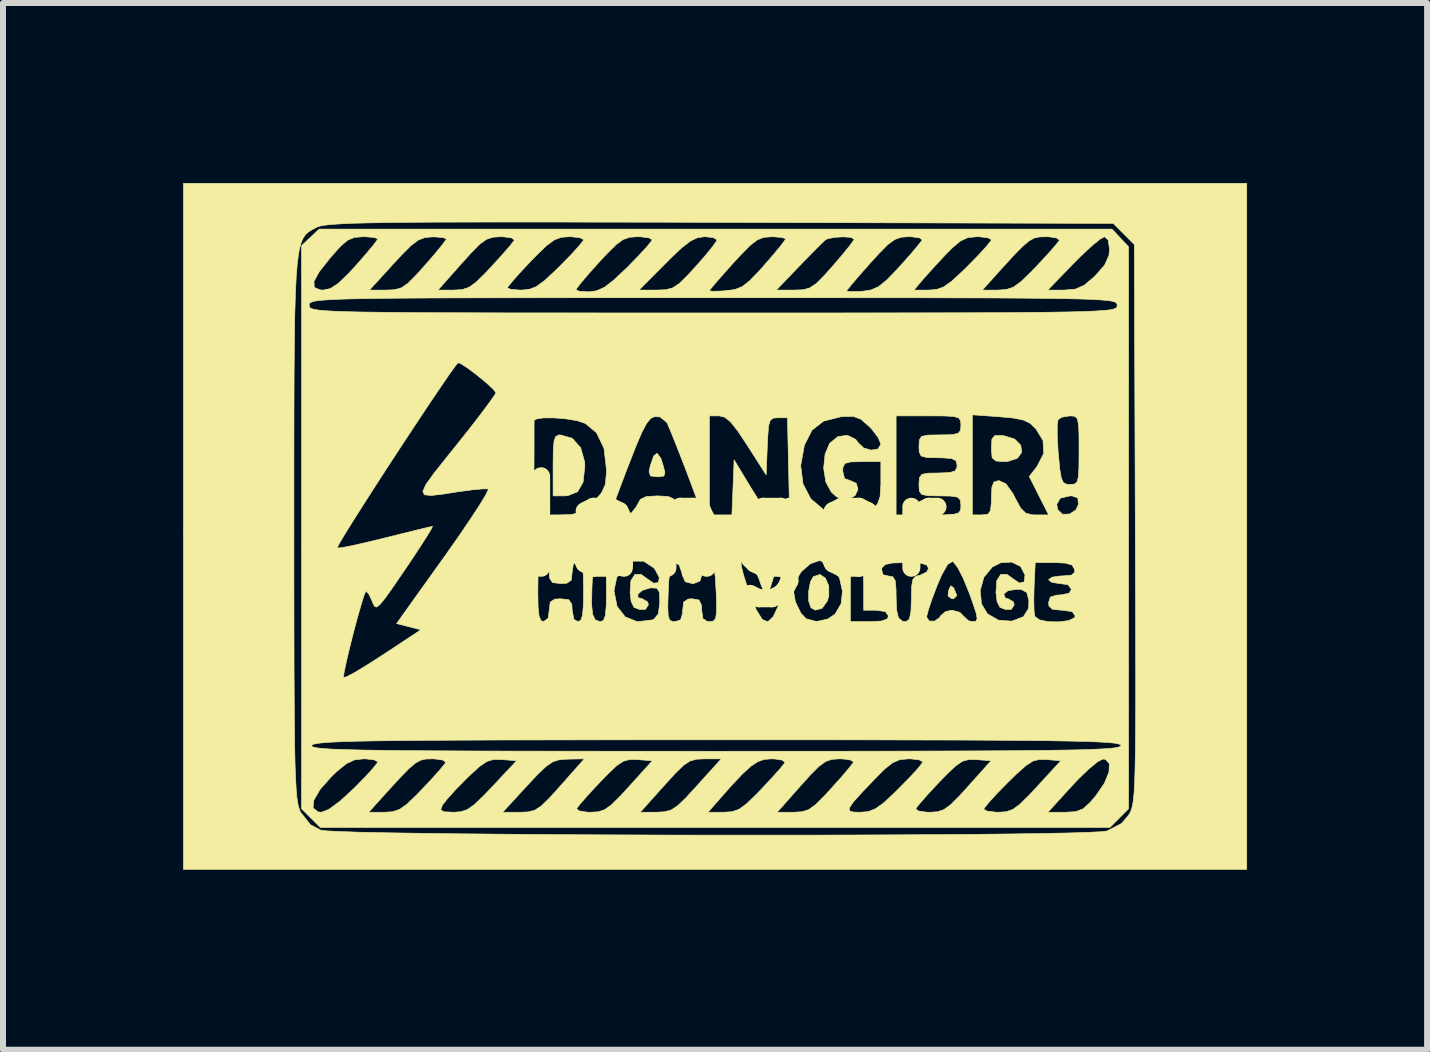
<source format=kicad_pcb>
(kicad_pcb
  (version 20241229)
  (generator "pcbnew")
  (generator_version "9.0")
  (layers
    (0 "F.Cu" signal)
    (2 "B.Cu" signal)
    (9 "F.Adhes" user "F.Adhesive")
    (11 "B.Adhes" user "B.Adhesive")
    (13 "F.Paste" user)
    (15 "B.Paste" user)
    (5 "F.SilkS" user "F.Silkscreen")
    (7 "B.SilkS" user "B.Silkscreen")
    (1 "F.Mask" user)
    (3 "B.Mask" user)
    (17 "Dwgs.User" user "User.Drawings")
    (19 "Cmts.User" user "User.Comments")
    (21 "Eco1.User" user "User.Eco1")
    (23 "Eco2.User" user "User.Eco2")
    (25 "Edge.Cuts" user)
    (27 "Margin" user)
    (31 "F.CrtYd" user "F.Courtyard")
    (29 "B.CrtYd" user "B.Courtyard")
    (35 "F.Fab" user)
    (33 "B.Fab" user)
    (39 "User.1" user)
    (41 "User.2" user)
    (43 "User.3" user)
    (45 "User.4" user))
  (footprint "danger"
    (layer "F.Cu")
    (at 8.832 5.72)
    (property "Reference" "danger" (at 0 0 0) (layer "F.SilkS") (effects (font (size 1.524 1.524) (thickness 0.3))))
    (attr through_hole)
    (fp_poly (pts (xy 4.005 1.022) (xy 4.008 1.027) (xy 4.06 1.151) (xy 4.009 1.204) (xy 3.975 1.206) (xy 3.913 1.16) (xy 3.92 1.074) (xy 3.958 0.989) (xy 4.005 1.022)) (stroke (width 0.01) (type solid)) (fill yes) (layer "F.SilkS"))
    (fp_poly (pts (xy -0.874 -1.138) (xy -0.843 -1.049) (xy -0.804 -0.902) (xy -0.82 -0.84) (xy -0.906 -0.826) (xy -0.934 -0.826) (xy -1.044 -0.84) (xy -1.068 -0.911) (xy -1.05 -1) (xy -0.992 -1.173) (xy -0.934 -1.218) (xy -0.874 -1.138)) (stroke (width 0.01) (type solid)) (fill yes) (layer "F.SilkS"))
    (fp_poly (pts (xy 1.87 0.863) (xy 1.926 0.991) (xy 1.927 1.157) (xy 1.905 1.239) (xy 1.815 1.366) (xy 1.701 1.395) (xy 1.63 1.355) (xy 1.592 1.248) (xy 1.591 1.083) (xy 1.621 0.923) (xy 1.669 0.837) (xy 1.779 0.801) (xy 1.87 0.863)) (stroke (width 0.01) (type solid)) (fill yes) (layer "F.SilkS"))
    (fp_poly (pts (xy 4.835 -1.512) (xy 5.023 -1.455) (xy 5.125 -1.352) (xy 5.141 -1.234) (xy 5.068 -1.134) (xy 4.905 -1.081) (xy 4.86 -1.079) (xy 4.71 -1.089) (xy 4.648 -1.143) (xy 4.636 -1.28) (xy 4.636 -1.306) (xy 4.644 -1.455) (xy 4.692 -1.513) (xy 4.814 -1.514) (xy 4.835 -1.512)) (stroke (width 0.01) (type solid)) (fill yes) (layer "F.SilkS"))
    (fp_poly (pts (xy -2.348 -1.468) (xy -2.208 -1.311) (xy -2.141 -1.074) (xy -2.138 -0.998) (xy -2.167 -0.736) (xy -2.258 -0.578) (xy -2.42 -0.512) (xy -2.484 -0.508) (xy -2.667 -0.508) (xy -2.667 -1.016) (xy -2.664 -1.27) (xy -2.651 -1.422) (xy -2.623 -1.498) (xy -2.572 -1.523) (xy -2.547 -1.524) (xy -2.348 -1.468)) (stroke (width 0.01) (type solid)) (fill yes) (layer "F.SilkS"))
    (fp_poly (pts (xy 8.89 5.715) (xy -8.826 5.715) (xy -8.826 -0.339) (xy -6.985 -0.339) (xy -6.985 0.046) (xy -6.985 0.914) (xy -6.984 1.665) (xy -6.983 2.307) (xy -6.98 2.849) (xy -6.977 3.301) (xy -6.972 3.671) (xy -6.966 3.968) (xy -6.957 4.203) (xy -6.947 4.383) (xy -6.935 4.518) (xy -6.92 4.617) (xy -6.903 4.69) (xy -6.882 4.744) (xy -6.874 4.763) (xy -6.71 4.97) (xy -6.54 5.061) (xy -6.442 5.073) (xy -6.226 5.084) (xy -5.905 5.095) (xy -5.488 5.104) (xy -4.987 5.112) (xy -4.412 5.12) (xy -3.773 5.126) (xy -3.081 5.132) (xy -2.347 5.137) (xy -1.581 5.14) (xy -0.793 5.143) (xy 0.005 5.144) (xy 0.803 5.144) (xy 1.59 5.144) (xy 2.357 5.142) (xy 3.091 5.139) (xy 3.784 5.135) (xy 4.424 5.13) (xy 5 5.124) (xy 5.503 5.116) (xy 5.921 5.108) (xy 6.244 5.098) (xy 6.461 5.087) (xy 6.56 5.076) (xy 6.805 4.949) (xy 6.925 4.806) (xy 6.949 4.765) (xy 6.969 4.716) (xy 6.986 4.651) (xy 7.001 4.56) (xy 7.013 4.436) (xy 7.022 4.269) (xy 7.029 4.05) (xy 7.034 3.769) (xy 7.038 3.419) (xy 7.04 2.991) (xy 7.04 2.474) (xy 7.039 1.861) (xy 7.037 1.142) (xy 7.034 0.308) (xy 7.033 -0.046) (xy 7.017 -4.696) (xy 6.665 -5.048) (xy 0.124 -5.065) (xy -0.94 -5.068) (xy -1.884 -5.069) (xy -2.715 -5.071) (xy -3.442 -5.071) (xy -4.071 -5.07) (xy -4.609 -5.069) (xy -5.064 -5.066) (xy -5.444 -5.062) (xy -5.754 -5.056) (xy -6.004 -5.05) (xy -6.199 -5.041) (xy -6.348 -5.031) (xy -6.457 -5.02) (xy -6.535 -5.007) (xy -6.587 -4.992) (xy -6.61 -4.981) (xy -6.68 -4.945) (xy -6.74 -4.908) (xy -6.792 -4.861) (xy -6.836 -4.795) (xy -6.873 -4.701) (xy -6.903 -4.571) (xy -6.927 -4.397) (xy -6.946 -4.169) (xy -6.96 -3.879) (xy -6.971 -3.517) (xy -6.977 -3.076) (xy -6.982 -2.546) (xy -6.984 -1.92) (xy -6.985 -1.187) (xy -6.985 -0.339) (xy -8.826 -0.339) (xy -8.826 -5.715) (xy 8.89 -5.715) (xy 8.89 5.715)) (stroke (width 0.01) (type solid)) (fill yes) (layer "F.SilkS"))
    (fp_poly (pts (xy 6.783 -4.806) (xy 6.921 -4.659) (xy 6.921 0.023) (xy 6.921 4.705) (xy 6.766 4.861) (xy 6.61 5.016) (xy -6.546 5.016) (xy -6.702 4.861) (xy -6.858 4.705) (xy -6.858 4.691) (xy -6.666 4.691) (xy -6.585 4.756) (xy -6.526 4.763) (xy -5.739 4.763) (xy -5.477 4.763) (xy -5.339 4.754) (xy -5.247 4.723) (xy -4.539 4.723) (xy -4.487 4.755) (xy -4.335 4.762) (xy -4.328 4.763) (xy -3.508 4.763) (xy -3.221 4.763) (xy -3.082 4.757) (xy -2.973 4.73) (xy -2.934 4.704) (xy -2.275 4.704) (xy -2.233 4.74) (xy -2.102 4.761) (xy -2.042 4.763) (xy -1.215 4.763) (xy -0.941 4.762) (xy -0.807 4.755) (xy -0.698 4.725) (xy -0.589 4.652) (xy -0.45 4.518) (xy -0.266 4.317) (xy 0.135 3.873) (xy -0.142 3.873) (xy -0.277 3.879) (xy -0.385 3.909) (xy -0.493 3.98) (xy -0.629 4.112) (xy -0.817 4.318) (xy -1.215 4.763) (xy -0.086 4.763) (xy 0.175 4.763) (xy 1.066 4.763) (xy 1.337 4.763) (xy 1.478 4.755) (xy 1.59 4.72) (xy 1.63 4.692) (xy 2.268 4.692) (xy 2.272 4.741) (xy 2.338 4.76) (xy 2.451 4.763) (xy 2.582 4.752) (xy 2.699 4.708) (xy 2.705 4.704) (xy 3.376 4.704) (xy 3.418 4.741) (xy 3.55 4.761) (xy 3.609 4.763) (xy 3.737 4.755) (xy 3.845 4.719) (xy 3.852 4.713) (xy 4.508 4.713) (xy 4.565 4.744) (xy 4.705 4.761) (xy 4.757 4.763) (xy 5.577 4.763) (xy 5.864 4.763) (xy 6.039 4.753) (xy 6.163 4.706) (xy 6.283 4.598) (xy 6.377 4.486) (xy 6.518 4.28) (xy 6.594 4.095) (xy 6.601 3.955) (xy 6.536 3.881) (xy 6.493 3.876) (xy 6.404 3.922) (xy 6.257 4.043) (xy 6.077 4.217) (xy 5.979 4.321) (xy 5.577 4.763) (xy 4.757 4.763) (xy 4.884 4.754) (xy 4.992 4.716) (xy 5.11 4.63) (xy 5.264 4.479) (xy 5.399 4.334) (xy 5.792 3.905) (xy 5.553 3.885) (xy 5.431 3.883) (xy 5.325 3.911) (xy 5.208 3.988) (xy 5.05 4.128) (xy 4.912 4.264) (xy 4.732 4.447) (xy 4.594 4.598) (xy 4.517 4.694) (xy 4.508 4.713) (xy 3.852 4.713) (xy 3.959 4.636) (xy 4.107 4.487) (xy 4.246 4.334) (xy 4.63 3.905) (xy 4.386 3.886) (xy 4.26 3.884) (xy 4.154 3.913) (xy 4.041 3.99) (xy 3.889 4.134) (xy 3.77 4.257) (xy 3.597 4.441) (xy 3.462 4.594) (xy 3.385 4.689) (xy 3.376 4.704) (xy 2.705 4.704) (xy 2.833 4.613) (xy 3.011 4.449) (xy 3.094 4.367) (xy 3.272 4.186) (xy 3.409 4.036) (xy 3.484 3.941) (xy 3.493 3.923) (xy 3.436 3.891) (xy 3.297 3.874) (xy 3.252 3.873) (xy 3.111 3.886) (xy 2.988 3.939) (xy 2.848 4.051) (xy 2.693 4.207) (xy 2.472 4.44) (xy 2.332 4.596) (xy 2.268 4.692) (xy 1.63 4.692) (xy 1.706 4.637) (xy 1.856 4.488) (xy 1.962 4.372) (xy 2.129 4.186) (xy 2.259 4.033) (xy 2.332 3.94) (xy 2.339 3.927) (xy 2.297 3.894) (xy 2.166 3.875) (xy 2.107 3.873) (xy 1.981 3.881) (xy 1.875 3.916) (xy 1.764 3.997) (xy 1.619 4.142) (xy 1.46 4.318) (xy 1.066 4.763) (xy 0.175 4.763) (xy 0.313 4.754) (xy 0.428 4.715) (xy 0.551 4.627) (xy 0.713 4.471) (xy 0.805 4.376) (xy 0.977 4.192) (xy 1.112 4.041) (xy 1.188 3.946) (xy 1.196 3.932) (xy 1.154 3.895) (xy 1.024 3.875) (xy 0.971 3.873) (xy 0.853 3.882) (xy 0.745 3.919) (xy 0.627 3.997) (xy 0.481 4.131) (xy 0.289 4.336) (xy 0.067 4.588) (xy -0.086 4.763) (xy -1.215 4.763) (xy -2.042 4.763) (xy -1.913 4.755) (xy -1.806 4.719) (xy -1.691 4.636) (xy -1.542 4.488) (xy -1.401 4.334) (xy -1.013 3.905) (xy -1.261 3.886) (xy -1.389 3.884) (xy -1.495 3.912) (xy -1.608 3.987) (xy -1.758 4.129) (xy -1.882 4.257) (xy -2.054 4.441) (xy -2.19 4.594) (xy -2.267 4.689) (xy -2.275 4.704) (xy -2.934 4.704) (xy -2.867 4.661) (xy -2.735 4.534) (xy -2.55 4.329) (xy -2.54 4.318) (xy -2.146 3.873) (xy -2.422 3.878) (xy -2.559 3.887) (xy -2.669 3.921) (xy -2.782 3.997) (xy -2.926 4.134) (xy -3.103 4.323) (xy -3.508 4.763) (xy -4.328 4.763) (xy -4.201 4.754) (xy -4.091 4.716) (xy -3.972 4.63) (xy -3.815 4.479) (xy -3.677 4.334) (xy -3.275 3.905) (xy -3.52 3.885) (xy -3.656 3.883) (xy -3.769 3.916) (xy -3.894 4.001) (xy -4.064 4.157) (xy -4.11 4.202) (xy -4.286 4.381) (xy -4.429 4.539) (xy -4.511 4.644) (xy -4.515 4.651) (xy -4.539 4.723) (xy -5.247 4.723) (xy -5.224 4.715) (xy -5.101 4.628) (xy -4.94 4.473) (xy -4.846 4.376) (xy -4.674 4.192) (xy -4.54 4.041) (xy -4.464 3.946) (xy -4.456 3.932) (xy -4.498 3.895) (xy -4.628 3.875) (xy -4.681 3.873) (xy -4.784 3.876) (xy -4.871 3.895) (xy -4.96 3.943) (xy -5.07 4.036) (xy -5.217 4.187) (xy -5.422 4.411) (xy -5.553 4.556) (xy -5.739 4.763) (xy -6.526 4.763) (xy -6.401 4.714) (xy -6.215 4.577) (xy -5.987 4.367) (xy -5.808 4.186) (xy -5.671 4.036) (xy -5.596 3.941) (xy -5.588 3.923) (xy -5.644 3.891) (xy -5.783 3.874) (xy -5.824 3.873) (xy -5.974 3.89) (xy -6.11 3.952) (xy -6.27 4.082) (xy -6.364 4.173) (xy -6.552 4.386) (xy -6.654 4.563) (xy -6.666 4.691) (xy -6.858 4.691) (xy -6.858 3.651) (xy -6.69 3.651) (xy -6.686 3.666) (xy -6.654 3.68) (xy -6.59 3.692) (xy -6.485 3.702) (xy -6.333 3.712) (xy -6.128 3.719) (xy -5.862 3.726) (xy -5.528 3.731) (xy -5.12 3.736) (xy -4.63 3.739) (xy -4.053 3.742) (xy -3.38 3.744) (xy -2.606 3.745) (xy -1.723 3.746) (xy -0.725 3.746) (xy 0.034 3.747) (xy 1.116 3.746) (xy 2.079 3.746) (xy 2.928 3.745) (xy 3.671 3.743) (xy 4.315 3.741) (xy 4.866 3.738) (xy 5.331 3.734) (xy 5.717 3.729) (xy 6.031 3.724) (xy 6.28 3.717) (xy 6.471 3.708) (xy 6.611 3.699) (xy 6.706 3.688) (xy 6.763 3.675) (xy 6.79 3.661) (xy 6.795 3.651) (xy 6.784 3.636) (xy 6.746 3.622) (xy 6.676 3.61) (xy 6.565 3.6) (xy 6.407 3.591) (xy 6.195 3.583) (xy 5.923 3.577) (xy 5.582 3.571) (xy 5.167 3.567) (xy 4.671 3.563) (xy 4.086 3.56) (xy 3.405 3.559) (xy 2.623 3.557) (xy 1.731 3.556) (xy 0.723 3.556) (xy 0.07 3.556) (xy -1.01 3.556) (xy -1.971 3.557) (xy -2.818 3.558) (xy -3.559 3.559) (xy -4.201 3.562) (xy -4.751 3.565) (xy -5.215 3.569) (xy -5.6 3.573) (xy -5.914 3.579) (xy -6.164 3.586) (xy -6.356 3.595) (xy -6.497 3.605) (xy -6.594 3.616) (xy -6.654 3.628) (xy -6.684 3.643) (xy -6.69 3.651) (xy -6.858 3.651) (xy -6.858 0.359) (xy -6.266 0.359) (xy -6.265 0.36) (xy -6.197 0.356) (xy -6.03 0.324) (xy -5.79 0.27) (xy -5.499 0.2) (xy -5.472 0.193) (xy -5.178 0.12) (xy -4.931 0.059) (xy -4.756 0.017) (xy -4.678 0.000103) (xy -4.676 0) (xy -4.699 0.049) (xy -4.781 0.184) (xy -4.911 0.385) (xy -5.077 0.635) (xy -5.131 0.714) (xy -5.325 0.999) (xy -5.461 1.19) (xy -5.551 1.301) (xy -5.608 1.344) (xy -5.644 1.33) (xy -5.671 1.273) (xy -5.678 1.254) (xy -5.736 1.129) (xy -5.785 1.079) (xy -5.812 1.136) (xy -5.86 1.288) (xy -5.922 1.503) (xy -5.989 1.754) (xy -6.054 2.011) (xy -6.109 2.243) (xy -6.147 2.422) (xy -6.16 2.515) (xy -6.109 2.507) (xy -5.957 2.426) (xy -5.708 2.273) (xy -5.364 2.05) (xy -5.277 1.992) (xy -4.871 1.723) (xy -5.073 1.671) (xy -5.274 1.619) (xy -4.889 1.079) (xy -2.921 1.079) (xy -2.917 1.34) (xy -2.9 1.497) (xy -2.868 1.571) (xy -2.826 1.587) (xy -2.75 1.531) (xy -2.731 1.397) (xy -2.715 1.262) (xy -2.641 1.212) (xy -2.54 1.206) (xy -2.405 1.222) (xy -2.355 1.296) (xy -2.349 1.397) (xy -2.321 1.548) (xy -2.254 1.587) (xy -2.205 1.564) (xy -2.176 1.477) (xy -2.162 1.305) (xy -2.162 1.291) (xy -2.026 1.291) (xy -2.008 1.467) (xy -1.963 1.559) (xy -1.883 1.587) (xy -1.875 1.587) (xy -1.826 1.565) (xy -1.796 1.483) (xy -1.781 1.317) (xy -1.778 1.079) (xy -1.651 1.079) (xy -1.601 1.334) (xy -1.465 1.508) (xy -1.264 1.588) (xy -1.018 1.559) (xy -0.989 1.549) (xy -0.913 1.458) (xy -0.899 1.343) (xy -0.756 1.343) (xy -0.749 1.49) (xy -0.724 1.562) (xy -0.673 1.586) (xy -0.638 1.587) (xy -0.543 1.559) (xy -0.51 1.45) (xy -0.508 1.397) (xy -0.491 1.261) (xy -0.418 1.211) (xy -0.349 1.206) (xy -0.236 1.227) (xy -0.194 1.314) (xy -0.191 1.397) (xy -0.171 1.536) (xy -0.097 1.585) (xy -0.061 1.587) (xy 0.004 1.578) (xy 0.041 1.533) (xy 0.056 1.426) (xy 0.055 1.231) (xy 0.05 1.095) (xy 0.035 0.837) (xy 0.011 0.684) (xy -0.028 0.614) (xy -0.064 0.603) (xy -0.143 0.66) (xy -0.179 0.778) (xy -0.22 0.91) (xy -0.324 0.952) (xy -0.349 0.953) (xy -0.466 0.922) (xy -0.516 0.807) (xy -0.52 0.778) (xy -0.566 0.644) (xy -0.635 0.603) (xy -0.686 0.631) (xy -0.719 0.727) (xy -0.74 0.915) (xy -0.749 1.095) (xy -0.756 1.343) (xy -0.899 1.343) (xy -0.889 1.259) (xy -0.896 1.098) (xy -0.934 1.031) (xy -1.027 1.024) (xy -1.059 1.028) (xy -1.182 1.067) (xy -1.253 1.13) (xy -1.254 1.186) (xy -1.18 1.206) (xy -1.093 1.257) (xy -1.079 1.306) (xy -1.127 1.382) (xy -1.222 1.386) (xy -1.318 1.349) (xy -1.366 1.252) (xy -1.384 1.103) (xy -1.371 0.905) (xy -1.304 0.8) (xy -1.199 0.8) (xy -1.118 0.86) (xy -0.991 0.947) (xy -0.912 0.936) (xy -0.898 0.851) (xy -0.968 0.718) (xy -0.994 0.688) (xy -1.139 0.592) (xy 0.466 0.592) (xy 0.469 0.665) (xy 0.51 0.825) (xy 0.581 1.042) (xy 0.604 1.108) (xy 0.72 1.393) (xy 0.82 1.553) (xy 0.911 1.589) (xy 1.003 1.501) (xy 1.102 1.288) (xy 1.163 1.116) (xy 1.184 1.049) (xy 1.333 1.049) (xy 1.37 1.256) (xy 1.461 1.445) (xy 1.549 1.539) (xy 1.722 1.586) (xy 1.914 1.542) (xy 2.032 1.46) (xy 2.132 1.288) (xy 2.154 1.079) (xy 2.153 1.075) (xy 2.286 1.075) (xy 2.286 1.587) (xy 2.603 1.587) (xy 2.803 1.577) (xy 2.901 1.542) (xy 2.921 1.492) (xy 2.869 1.419) (xy 2.715 1.397) (xy 2.508 1.397) (xy 2.508 1.001) (xy 2.502 0.777) (xy 2.49 0.714) (xy 2.806 0.714) (xy 2.829 0.805) (xy 2.916 0.826) (xy 2.993 0.84) (xy 3.033 0.904) (xy 3.047 1.047) (xy 3.048 1.164) (xy 3.056 1.394) (xy 3.087 1.524) (xy 3.151 1.579) (xy 3.217 1.587) (xy 3.269 1.545) (xy 3.276 1.51) (xy 3.556 1.51) (xy 3.599 1.577) (xy 3.691 1.578) (xy 3.774 1.518) (xy 3.787 1.492) (xy 3.872 1.419) (xy 3.978 1.397) (xy 4.11 1.432) (xy 4.168 1.492) (xy 4.255 1.573) (xy 4.323 1.587) (xy 4.378 1.579) (xy 4.398 1.537) (xy 4.38 1.439) (xy 4.321 1.261) (xy 4.261 1.095) (xy 4.25 1.07) (xy 4.449 1.07) (xy 4.471 1.292) (xy 4.569 1.457) (xy 4.755 1.563) (xy 4.976 1.579) (xy 5.169 1.505) (xy 5.256 1.365) (xy 5.26 1.235) (xy 5.26 1.235) (xy 5.342 1.235) (xy 5.347 1.415) (xy 5.36 1.501) (xy 5.437 1.558) (xy 5.586 1.588) (xy 5.761 1.591) (xy 5.92 1.57) (xy 6.019 1.523) (xy 6.032 1.492) (xy 5.984 1.422) (xy 5.83 1.397) (xy 5.81 1.397) (xy 5.657 1.383) (xy 5.595 1.327) (xy 5.588 1.27) (xy 5.618 1.177) (xy 5.729 1.144) (xy 5.779 1.143) (xy 5.93 1.115) (xy 5.969 1.048) (xy 5.912 0.972) (xy 5.779 0.953) (xy 5.645 0.934) (xy 5.588 0.89) (xy 5.588 0.889) (xy 5.644 0.847) (xy 5.782 0.826) (xy 5.815 0.826) (xy 5.967 0.813) (xy 6.022 0.766) (xy 6.02 0.714) (xy 5.98 0.645) (xy 5.871 0.612) (xy 5.682 0.603) (xy 5.366 0.603) (xy 5.347 1.009) (xy 5.342 1.235) (xy 5.26 1.235) (xy 5.225 1.1) (xy 5.134 1.052) (xy 5.054 1.048) (xy 4.912 1.072) (xy 4.842 1.127) (xy 4.868 1.195) (xy 4.916 1.206) (xy 5.003 1.257) (xy 5.016 1.306) (xy 4.969 1.382) (xy 4.874 1.386) (xy 4.778 1.349) (xy 4.73 1.252) (xy 4.712 1.103) (xy 4.725 0.905) (xy 4.792 0.8) (xy 4.897 0.8) (xy 4.978 0.86) (xy 5.101 0.944) (xy 5.181 0.925) (xy 5.196 0.811) (xy 5.121 0.667) (xy 4.975 0.595) (xy 4.793 0.606) (xy 4.651 0.677) (xy 4.51 0.849) (xy 4.449 1.07) (xy 4.25 1.07) (xy 4.167 0.866) (xy 4.076 0.689) (xy 4.003 0.593) (xy 3.988 0.585) (xy 3.908 0.633) (xy 3.808 0.807) (xy 3.726 0.999) (xy 3.642 1.222) (xy 3.582 1.403) (xy 3.556 1.506) (xy 3.556 1.51) (xy 3.276 1.51) (xy 3.296 1.407) (xy 3.302 1.211) (xy 3.307 0.999) (xy 3.328 0.883) (xy 3.377 0.831) (xy 3.445 0.814) (xy 3.557 0.762) (xy 3.588 0.699) (xy 3.558 0.643) (xy 3.455 0.613) (xy 3.252 0.603) (xy 3.208 0.603) (xy 2.988 0.61) (xy 2.867 0.635) (xy 2.814 0.687) (xy 2.806 0.714) (xy 2.49 0.714) (xy 2.479 0.651) (xy 2.43 0.595) (xy 2.397 0.584) (xy 2.342 0.587) (xy 2.308 0.637) (xy 2.292 0.759) (xy 2.286 0.976) (xy 2.286 1.075) (xy 2.153 1.075) (xy 2.108 0.869) (xy 2.005 0.693) (xy 1.856 0.587) (xy 1.764 0.572) (xy 1.614 0.625) (xy 1.467 0.758) (xy 1.362 0.926) (xy 1.333 1.049) (xy 1.184 1.049) (xy 1.233 0.89) (xy 1.278 0.712) (xy 1.288 0.616) (xy 1.285 0.608) (xy 1.184 0.569) (xy 1.088 0.648) (xy 1.008 0.837) (xy 1.003 0.857) (xy 0.95 1.026) (xy 0.902 1.128) (xy 0.886 1.143) (xy 0.845 1.088) (xy 0.789 0.951) (xy 0.768 0.886) (xy 0.688 0.7) (xy 0.589 0.589) (xy 0.493 0.573) (xy 0.466 0.592) (xy -1.139 0.592) (xy -1.158 0.58) (xy -1.331 0.579) (xy -1.488 0.67) (xy -1.603 0.837) (xy -1.651 1.064) (xy -1.651 1.079) (xy -1.778 1.079) (xy -1.778 1.075) (xy -1.781 0.82) (xy -1.793 0.669) (xy -1.82 0.597) (xy -1.868 0.581) (xy -1.889 0.583) (xy -1.953 0.62) (xy -1.992 0.719) (xy -2.014 0.906) (xy -2.019 1.01) (xy -2.026 1.291) (xy -2.162 1.291) (xy -2.159 1.079) (xy -2.163 0.819) (xy -2.18 0.662) (xy -2.212 0.588) (xy -2.254 0.572) (xy -2.33 0.628) (xy -2.349 0.762) (xy -2.365 0.897) (xy -2.439 0.947) (xy -2.54 0.953) (xy -2.675 0.937) (xy -2.725 0.863) (xy -2.731 0.762) (xy -2.759 0.611) (xy -2.826 0.572) (xy -2.875 0.595) (xy -2.904 0.682) (xy -2.918 0.854) (xy -2.921 1.079) (xy -4.889 1.079) (xy -4.48 0.508) (xy -4.25 0.181) (xy -4.052 -0.11) (xy -3.895 -0.349) (xy -3.79 -0.522) (xy -3.746 -0.614) (xy -3.747 -0.624) (xy -3.837 -0.625) (xy -4.014 -0.609) (xy -4.241 -0.578) (xy -4.25 -0.577) (xy -4.518 -0.535) (xy -4.705 -0.514) (xy -4.812 -0.527) (xy -4.837 -0.585) (xy -4.784 -0.7) (xy -4.651 -0.885) (xy -4.597 -0.953) (xy -2.985 -0.953) (xy -2.985 -0.191) (xy -2.597 -0.191) (xy -2.372 -0.197) (xy -2.324 -0.207) (xy -1.714 -0.207) (xy -1.659 -0.196) (xy -1.526 -0.191) (xy -1.522 -0.191) (xy -1.365 -0.221) (xy -1.277 -0.331) (xy -1.27 -0.349) (xy -1.213 -0.45) (xy -1.115 -0.497) (xy -0.935 -0.508) (xy -0.929 -0.508) (xy -0.75 -0.499) (xy -0.658 -0.458) (xy -0.613 -0.367) (xy -0.609 -0.349) (xy -0.549 -0.231) (xy -0.423 -0.192) (xy -0.38 -0.191) (xy -0.246 -0.197) (xy -0.191 -0.214) (xy -0.191 -0.214) (xy -0.212 -0.285) (xy -0.27 -0.446) (xy -0.352 -0.669) (xy -0.449 -0.926) (xy -0.55 -1.187) (xy -0.644 -1.426) (xy -0.72 -1.614) (xy -0.766 -1.722) (xy -0.77 -1.73) (xy -0.884 -1.823) (xy -0.972 -1.829) (xy -1.037 -1.801) (xy -1.104 -1.724) (xy -1.182 -1.579) (xy -1.281 -1.35) (xy -1.411 -1.018) (xy -1.412 -1.017) (xy -1.523 -0.724) (xy -1.616 -0.477) (xy -1.682 -0.299) (xy -1.713 -0.212) (xy -1.714 -0.207) (xy -2.324 -0.207) (xy -2.224 -0.229) (xy -2.105 -0.303) (xy -1.994 -0.406) (xy -1.861 -0.557) (xy -1.797 -0.697) (xy -1.779 -0.888) (xy -1.778 -0.949) (xy -1.819 -1.303) (xy -1.945 -1.562) (xy -2.129 -1.715) (xy -2.262 -1.76) (xy -2.45 -1.791) (xy -2.653 -1.808) (xy -2.835 -1.807) (xy -2.955 -1.787) (xy -2.983 -1.762) (xy -2.984 -1.683) (xy -2.984 -1.504) (xy -2.984 -1.251) (xy -2.985 -0.953) (xy -4.597 -0.953) (xy -4.439 -1.152) (xy -4.288 -1.34) (xy -4.066 -1.619) (xy -3.894 -1.841) (xy -0.064 -1.841) (xy -0.064 -0.191) (xy 0.312 -0.191) (xy 0.331 -0.65) (xy 0.349 -1.109) (xy 0.626 -0.65) (xy 0.769 -0.422) (xy 0.874 -0.284) (xy 0.963 -0.214) (xy 1.057 -0.191) (xy 1.089 -0.191) (xy 1.274 -0.191) (xy 1.256 -1.011) (xy 1.458 -1.011) (xy 1.497 -0.708) (xy 1.627 -0.459) (xy 1.836 -0.282) (xy 2.113 -0.196) (xy 2.209 -0.191) (xy 2.432 -0.212) (xy 2.614 -0.267) (xy 2.653 -0.289) (xy 2.738 -0.373) (xy 2.781 -0.495) (xy 2.794 -0.697) (xy 2.794 -0.734) (xy 2.794 -1.079) (xy 2.477 -1.079) (xy 2.288 -1.074) (xy 2.194 -1.048) (xy 2.162 -0.984) (xy 2.159 -0.921) (xy 2.189 -0.796) (xy 2.286 -0.762) (xy 2.385 -0.717) (xy 2.413 -0.617) (xy 2.366 -0.516) (xy 2.313 -0.483) (xy 2.17 -0.449) (xy 2.057 -0.492) (xy 1.968 -0.572) (xy 1.877 -0.74) (xy 1.841 -0.969) (xy 1.865 -1.205) (xy 1.94 -1.383) (xy 2.077 -1.495) (xy 2.237 -1.518) (xy 2.375 -1.449) (xy 2.413 -1.397) (xy 2.507 -1.307) (xy 2.633 -1.27) (xy 2.744 -1.289) (xy 2.794 -1.367) (xy 2.794 -1.37) (xy 2.752 -1.475) (xy 2.646 -1.616) (xy 2.6 -1.664) (xy 2.462 -1.785) (xy 2.334 -1.833) (xy 2.154 -1.829) (xy 2.122 -1.825) (xy 1.84 -1.754) (xy 1.647 -1.603) (xy 1.521 -1.355) (xy 1.519 -1.35) (xy 1.458 -1.011) (xy 1.256 -1.011) (xy 1.238 -1.81) (xy 1.079 -1.81) (xy 0.998 -1.803) (xy 0.95 -1.765) (xy 0.923 -1.669) (xy 0.909 -1.489) (xy 0.902 -1.334) (xy 0.883 -0.858) (xy 0.569 -1.35) (xy 0.408 -1.592) (xy 0.289 -1.742) (xy 0.193 -1.819) (xy 0.102 -1.841) (xy 0.096 -1.841) (xy 3.048 -1.841) (xy 3.048 -0.191) (xy 3.588 -0.191) (xy 4.318 -0.191) (xy 4.477 -0.191) (xy 4.575 -0.202) (xy 4.621 -0.261) (xy 4.635 -0.399) (xy 4.636 -0.476) (xy 4.644 -0.655) (xy 4.678 -0.739) (xy 4.753 -0.762) (xy 4.763 -0.762) (xy 4.877 -0.71) (xy 4.994 -0.547) (xy 5.03 -0.476) (xy 5.124 -0.303) (xy 5.211 -0.218) (xy 5.327 -0.192) (xy 5.379 -0.191) (xy 5.59 -0.191) (xy 5.5 -0.368) (xy 5.724 -0.368) (xy 5.741 -0.278) (xy 5.822 -0.202) (xy 5.94 -0.206) (xy 6.045 -0.276) (xy 6.085 -0.365) (xy 6.076 -0.473) (xy 5.983 -0.507) (xy 5.945 -0.508) (xy 5.784 -0.471) (xy 5.724 -0.368) (xy 5.5 -0.368) (xy 5.428 -0.511) (xy 5.266 -0.831) (xy 5.395 -0.996) (xy 5.508 -1.216) (xy 5.495 -1.433) (xy 5.45 -1.506) (xy 5.733 -1.506) (xy 5.746 -1.269) (xy 5.751 -1.206) (xy 5.775 -0.954) (xy 5.801 -0.803) (xy 5.837 -0.727) (xy 5.895 -0.701) (xy 5.945 -0.699) (xy 6.017 -0.704) (xy 6.061 -0.737) (xy 6.085 -0.822) (xy 6.094 -0.982) (xy 6.096 -1.244) (xy 6.096 -1.27) (xy 6.095 -1.541) (xy 6.086 -1.709) (xy 6.064 -1.798) (xy 6.021 -1.835) (xy 5.952 -1.841) (xy 5.941 -1.841) (xy 5.806 -1.818) (xy 5.746 -1.777) (xy 5.733 -1.687) (xy 5.733 -1.506) (xy 5.45 -1.506) (xy 5.378 -1.623) (xy 5.283 -1.716) (xy 5.168 -1.772) (xy 4.996 -1.806) (xy 4.775 -1.826) (xy 4.318 -1.859) (xy 4.318 -0.191) (xy 3.588 -0.191) (xy 3.849 -0.192) (xy 4.009 -0.201) (xy 4.091 -0.226) (xy 4.123 -0.273) (xy 4.128 -0.349) (xy 4.118 -0.44) (xy 4.071 -0.488) (xy 3.953 -0.505) (xy 3.778 -0.508) (xy 3.579 -0.511) (xy 3.475 -0.532) (xy 3.435 -0.588) (xy 3.429 -0.696) (xy 3.429 -0.699) (xy 3.436 -0.811) (xy 3.479 -0.868) (xy 3.59 -0.887) (xy 3.747 -0.889) (xy 3.937 -0.896) (xy 4.032 -0.924) (xy 4.063 -0.987) (xy 4.064 -1.016) (xy 4.047 -1.092) (xy 3.976 -1.13) (xy 3.82 -1.142) (xy 3.747 -1.143) (xy 3.559 -1.147) (xy 3.465 -1.173) (xy 3.433 -1.239) (xy 3.429 -1.333) (xy 3.435 -1.442) (xy 3.473 -1.499) (xy 3.576 -1.521) (xy 3.773 -1.524) (xy 3.778 -1.524) (xy 3.978 -1.528) (xy 4.082 -1.55) (xy 4.122 -1.603) (xy 4.128 -1.683) (xy 4.123 -1.76) (xy 4.091 -1.807) (xy 4.007 -1.831) (xy 3.847 -1.84) (xy 3.588 -1.841) (xy 3.048 -1.841) (xy 0.096 -1.841) (xy -0.064 -1.841) (xy -3.894 -1.841) (xy -3.876 -1.865) (xy -3.73 -2.06) (xy -3.641 -2.187) (xy -3.619 -2.226) (xy -3.666 -2.288) (xy -3.782 -2.395) (xy -3.933 -2.519) (xy -4.085 -2.634) (xy -4.204 -2.711) (xy -4.248 -2.727) (xy -4.293 -2.676) (xy -4.395 -2.534) (xy -4.543 -2.318) (xy -4.728 -2.044) (xy -4.938 -1.728) (xy -5.163 -1.387) (xy -5.392 -1.037) (xy -5.615 -0.693) (xy -5.821 -0.372) (xy -6 -0.09) (xy -6.14 0.136) (xy -6.232 0.291) (xy -6.266 0.359) (xy -6.858 0.359) (xy -6.858 -3.683) (xy -6.731 -3.683) (xy -6.729 -3.663) (xy -6.72 -3.645) (xy -6.695 -3.629) (xy -6.649 -3.615) (xy -6.573 -3.603) (xy -6.46 -3.593) (xy -6.304 -3.584) (xy -6.097 -3.577) (xy -5.833 -3.571) (xy -5.504 -3.567) (xy -5.102 -3.563) (xy -4.622 -3.56) (xy -4.055 -3.559) (xy -3.395 -3.557) (xy -2.634 -3.557) (xy -1.766 -3.556) (xy -0.783 -3.556) (xy 0 -3.556) (xy 1.07 -3.556) (xy 2.02 -3.556) (xy 2.858 -3.557) (xy 3.59 -3.558) (xy 4.223 -3.559) (xy 4.765 -3.561) (xy 5.222 -3.564) (xy 5.603 -3.568) (xy 5.913 -3.573) (xy 6.161 -3.579) (xy 6.353 -3.587) (xy 6.496 -3.596) (xy 6.597 -3.606) (xy 6.664 -3.619) (xy 6.704 -3.633) (xy 6.724 -3.65) (xy 6.73 -3.668) (xy 6.731 -3.683) (xy 6.729 -3.703) (xy 6.72 -3.721) (xy 6.695 -3.737) (xy 6.649 -3.751) (xy 6.573 -3.763) (xy 6.46 -3.773) (xy 6.304 -3.782) (xy 6.097 -3.789) (xy 5.833 -3.795) (xy 5.504 -3.799) (xy 5.102 -3.803) (xy 4.622 -3.806) (xy 4.055 -3.807) (xy 3.395 -3.809) (xy 2.634 -3.809) (xy 1.766 -3.81) (xy 0.783 -3.81) (xy 0 -3.81) (xy -1.07 -3.81) (xy -2.02 -3.81) (xy -2.858 -3.809) (xy -3.59 -3.808) (xy -4.223 -3.807) (xy -4.765 -3.805) (xy -5.222 -3.802) (xy -5.603 -3.798) (xy -5.913 -3.793) (xy -6.161 -3.787) (xy -6.353 -3.779) (xy -6.496 -3.77) (xy -6.597 -3.76) (xy -6.664 -3.747) (xy -6.704 -3.733) (xy -6.724 -3.716) (xy -6.73 -3.698) (xy -6.731 -3.683) (xy -6.858 -3.683) (xy -6.858 -3.937) (xy -5.726 -3.937) (xy -5.446 -3.937) (xy -4.585 -3.937) (xy -4.321 -3.937) (xy -4.183 -3.945) (xy -4.094 -3.974) (xy -3.429 -3.974) (xy -3.373 -3.95) (xy -3.234 -3.938) (xy -3.193 -3.937) (xy -3.144 -3.941) (xy -2.286 -3.941) (xy -2.23 -3.917) (xy -2.093 -3.908) (xy -2.06 -3.908) (xy -1.944 -3.925) (xy -0.064 -3.925) (xy -0.007 -3.917) (xy 0.136 -3.921) (xy 0.139 -3.921) (xy 2.223 -3.921) (xy 2.279 -3.911) (xy 2.42 -3.913) (xy 2.487 -3.917) (xy 2.615 -3.937) (xy 3.346 -3.937) (xy 3.592 -3.937) (xy 4.485 -3.937) (xy 4.746 -3.937) (xy 5.574 -3.937) (xy 5.848 -3.937) (xy 6.035 -3.953) (xy 6.183 -4.018) (xy 6.348 -4.158) (xy 6.363 -4.172) (xy 6.522 -4.353) (xy 6.594 -4.514) (xy 6.604 -4.617) (xy 6.581 -4.773) (xy 6.52 -4.826) (xy 6.442 -4.783) (xy 6.301 -4.667) (xy 6.121 -4.498) (xy 6.005 -4.381) (xy 5.574 -3.937) (xy 4.746 -3.937) (xy 4.884 -3.946) (xy 4.999 -3.984) (xy 5.122 -4.072) (xy 5.284 -4.227) (xy 5.377 -4.323) (xy 5.549 -4.507) (xy 5.684 -4.659) (xy 5.76 -4.753) (xy 5.768 -4.768) (xy 5.726 -4.804) (xy 5.595 -4.825) (xy 5.543 -4.826) (xy 5.439 -4.823) (xy 5.352 -4.805) (xy 5.263 -4.756) (xy 5.154 -4.664) (xy 5.006 -4.513) (xy 4.801 -4.289) (xy 4.67 -4.143) (xy 4.485 -3.937) (xy 3.592 -3.937) (xy 3.724 -3.947) (xy 3.841 -3.99) (xy 3.973 -4.084) (xy 4.15 -4.247) (xy 4.237 -4.332) (xy 4.415 -4.514) (xy 4.552 -4.664) (xy 4.627 -4.758) (xy 4.636 -4.777) (xy 4.579 -4.808) (xy 4.44 -4.825) (xy 4.395 -4.826) (xy 4.246 -4.812) (xy 4.118 -4.754) (xy 3.972 -4.63) (xy 3.869 -4.524) (xy 3.699 -4.342) (xy 3.548 -4.175) (xy 3.465 -4.08) (xy 3.346 -3.937) (xy 2.615 -3.937) (xy 2.631 -3.939) (xy 2.754 -3.993) (xy 2.887 -4.1) (xy 3.061 -4.279) (xy 3.106 -4.328) (xy 3.272 -4.514) (xy 3.402 -4.667) (xy 3.475 -4.759) (xy 3.482 -4.772) (xy 3.44 -4.806) (xy 3.309 -4.825) (xy 3.257 -4.826) (xy 3.132 -4.818) (xy 3.026 -4.78) (xy 2.911 -4.696) (xy 2.761 -4.545) (xy 2.616 -4.386) (xy 2.445 -4.192) (xy 2.311 -4.036) (xy 2.234 -3.94) (xy 2.223 -3.921) (xy 0.139 -3.921) (xy 0.216 -3.927) (xy 0.292 -3.937) (xy 1.052 -3.937) (xy 1.346 -3.937) (xy 1.495 -3.942) (xy 1.607 -3.972) (xy 1.716 -4.044) (xy 1.85 -4.179) (xy 1.995 -4.341) (xy 2.156 -4.529) (xy 2.279 -4.681) (xy 2.344 -4.772) (xy 2.349 -4.785) (xy 2.295 -4.815) (xy 2.168 -4.824) (xy 2.019 -4.815) (xy 1.9 -4.789) (xy 1.873 -4.775) (xy 1.802 -4.71) (xy 1.669 -4.576) (xy 1.497 -4.4) (xy 1.431 -4.332) (xy 1.052 -3.937) (xy 0.292 -3.937) (xy 0.363 -3.947) (xy 0.483 -3.994) (xy 0.606 -4.09) (xy 0.765 -4.254) (xy 0.851 -4.351) (xy 1.013 -4.538) (xy 1.136 -4.688) (xy 1.201 -4.777) (xy 1.206 -4.79) (xy 1.15 -4.813) (xy 1.011 -4.825) (xy 0.968 -4.825) (xy 0.846 -4.816) (xy 0.739 -4.775) (xy 0.621 -4.686) (xy 0.464 -4.528) (xy 0.333 -4.386) (xy 0.161 -4.193) (xy 0.026 -4.038) (xy -0.052 -3.944) (xy -0.064 -3.925) (xy -1.944 -3.925) (xy -1.933 -3.927) (xy -1.912 -3.937) (xy -1.235 -3.937) (xy -0.94 -3.937) (xy -0.79 -3.943) (xy -0.675 -3.973) (xy -0.563 -4.047) (xy -0.423 -4.185) (xy -0.291 -4.329) (xy -0.128 -4.515) (xy -0.005 -4.667) (xy 0.059 -4.76) (xy 0.064 -4.773) (xy 0.008 -4.809) (xy -0.128 -4.826) (xy -0.145 -4.826) (xy -0.259 -4.811) (xy -0.376 -4.756) (xy -0.522 -4.643) (xy -0.719 -4.457) (xy -0.794 -4.381) (xy -1.235 -3.937) (xy -1.912 -3.937) (xy -1.807 -3.986) (xy -1.655 -4.104) (xy -1.45 -4.297) (xy -1.425 -4.321) (xy -1.245 -4.506) (xy -1.105 -4.658) (xy -1.026 -4.756) (xy -1.016 -4.777) (xy -1.072 -4.808) (xy -1.213 -4.825) (xy -1.264 -4.826) (xy -1.392 -4.817) (xy -1.501 -4.779) (xy -1.619 -4.692) (xy -1.775 -4.538) (xy -1.899 -4.404) (xy -2.07 -4.213) (xy -2.203 -4.057) (xy -2.277 -3.96) (xy -2.286 -3.941) (xy -3.144 -3.941) (xy -3.064 -3.949) (xy -2.946 -3.995) (xy -2.809 -4.095) (xy -2.624 -4.267) (xy -2.558 -4.332) (xy -2.379 -4.514) (xy -2.242 -4.664) (xy -2.167 -4.758) (xy -2.159 -4.777) (xy -2.215 -4.808) (xy -2.355 -4.825) (xy -2.403 -4.826) (xy -2.531 -4.816) (xy -2.645 -4.774) (xy -2.771 -4.682) (xy -2.939 -4.521) (xy -3.038 -4.419) (xy -3.212 -4.234) (xy -3.346 -4.083) (xy -3.42 -3.991) (xy -3.429 -3.974) (xy -4.094 -3.974) (xy -4.069 -3.982) (xy -3.95 -4.068) (xy -3.794 -4.221) (xy -3.696 -4.326) (xy -3.527 -4.511) (xy -3.394 -4.663) (xy -3.32 -4.757) (xy -3.313 -4.771) (xy -3.355 -4.805) (xy -3.486 -4.824) (xy -3.544 -4.826) (xy -3.67 -4.818) (xy -3.776 -4.783) (xy -3.888 -4.703) (xy -4.032 -4.557) (xy -4.191 -4.381) (xy -4.585 -3.937) (xy -5.446 -3.937) (xy -5.304 -3.943) (xy -5.193 -3.975) (xy -5.083 -4.051) (xy -4.944 -4.191) (xy -4.806 -4.345) (xy -4.642 -4.534) (xy -4.518 -4.685) (xy -4.451 -4.776) (xy -4.445 -4.79) (xy -4.501 -4.812) (xy -4.64 -4.823) (xy -4.683 -4.823) (xy -4.805 -4.812) (xy -4.913 -4.77) (xy -5.034 -4.679) (xy -5.193 -4.52) (xy -5.324 -4.379) (xy -5.726 -3.937) (xy -6.858 -3.937) (xy -6.858 -4.082) (xy -6.651 -4.082) (xy -6.646 -3.982) (xy -6.548 -3.94) (xy -6.493 -3.937) (xy -6.379 -3.962) (xy -6.248 -4.047) (xy -6.078 -4.21) (xy -5.953 -4.345) (xy -5.788 -4.534) (xy -5.662 -4.685) (xy -5.594 -4.776) (xy -5.588 -4.79) (xy -5.644 -4.813) (xy -5.784 -4.825) (xy -5.834 -4.826) (xy -5.975 -4.815) (xy -6.089 -4.769) (xy -6.211 -4.664) (xy -6.374 -4.482) (xy -6.561 -4.246) (xy -6.651 -4.082) (xy -6.858 -4.082) (xy -6.858 -4.677) (xy -6.711 -4.815) (xy -6.564 -4.953) (xy 6.645 -4.953) (xy 6.783 -4.806)) (stroke (width 0.01) (type solid)) (fill yes) (layer "F.SilkS")))
  (gr_rect
    (start -3 -3)
    (end 20.727 14.44)
    (stroke (width 0.1) (type default))
    (fill no)
    (layer "Edge.Cuts")))
</source>
